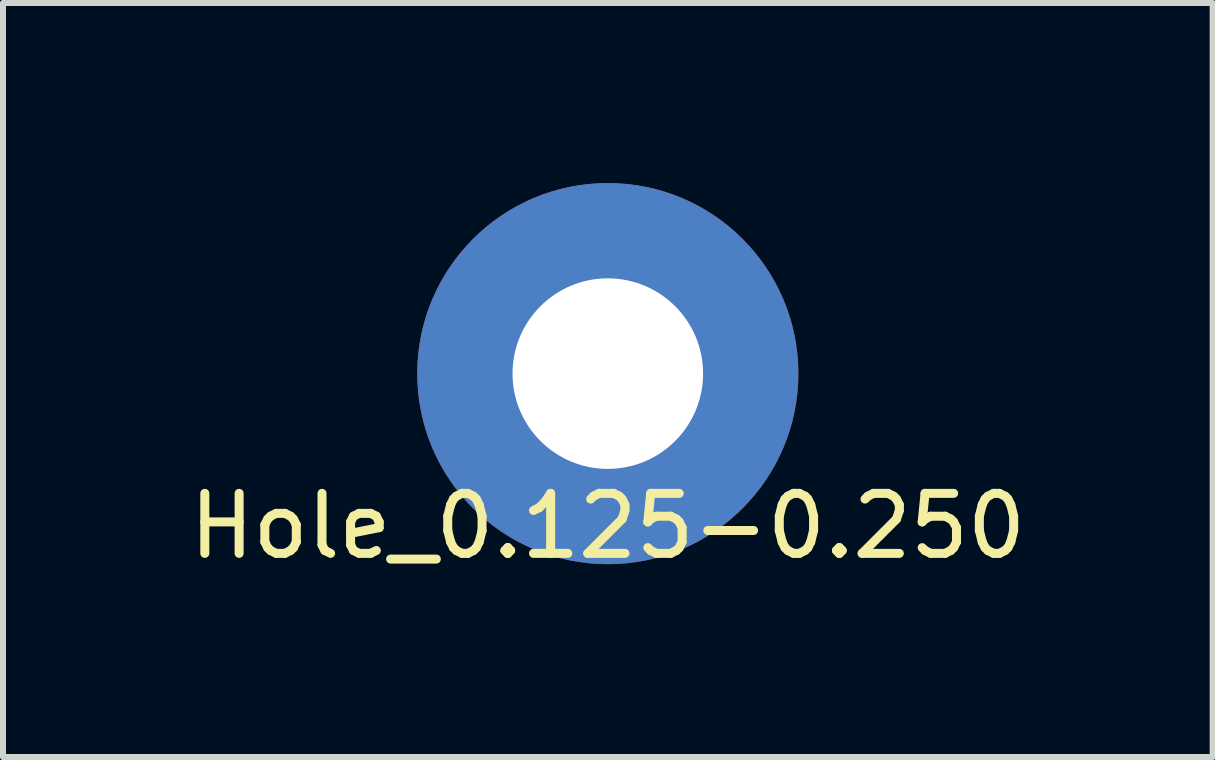
<source format=kicad_pcb>
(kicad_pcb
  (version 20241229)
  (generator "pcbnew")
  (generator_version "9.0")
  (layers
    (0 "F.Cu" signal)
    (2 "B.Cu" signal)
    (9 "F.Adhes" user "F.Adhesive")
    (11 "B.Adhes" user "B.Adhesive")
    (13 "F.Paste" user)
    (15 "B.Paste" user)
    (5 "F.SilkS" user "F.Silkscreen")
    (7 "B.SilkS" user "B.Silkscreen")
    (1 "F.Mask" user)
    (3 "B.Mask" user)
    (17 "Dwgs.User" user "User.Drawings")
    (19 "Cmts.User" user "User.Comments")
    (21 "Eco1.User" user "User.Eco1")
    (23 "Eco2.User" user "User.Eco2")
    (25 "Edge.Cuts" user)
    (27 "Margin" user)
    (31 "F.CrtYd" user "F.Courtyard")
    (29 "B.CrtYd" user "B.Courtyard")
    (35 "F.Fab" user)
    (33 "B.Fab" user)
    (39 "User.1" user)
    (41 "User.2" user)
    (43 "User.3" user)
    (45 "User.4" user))
  (footprint "Hole_0.125-0.250"
    (layer "F.Cu")
    (at 7.077 3.175)
    (property "Reference" "Hole_0.125-0.250" (at 0 2.54 0) (layer "F.SilkS") (effects (font (size 1 1) (thickness 0.15))))
    (attr through_hole)
    (pad "1" thru_hole circle (at 0 0) (size 6.35 6.35) (drill 3.175) (layers "*.Cu" "*.Mask")))
  (gr_rect
    (start -3 -3)
    (end 17.155 9.563)
    (stroke (width 0.1) (type default))
    (fill no)
    (layer "Edge.Cuts")))
</source>
